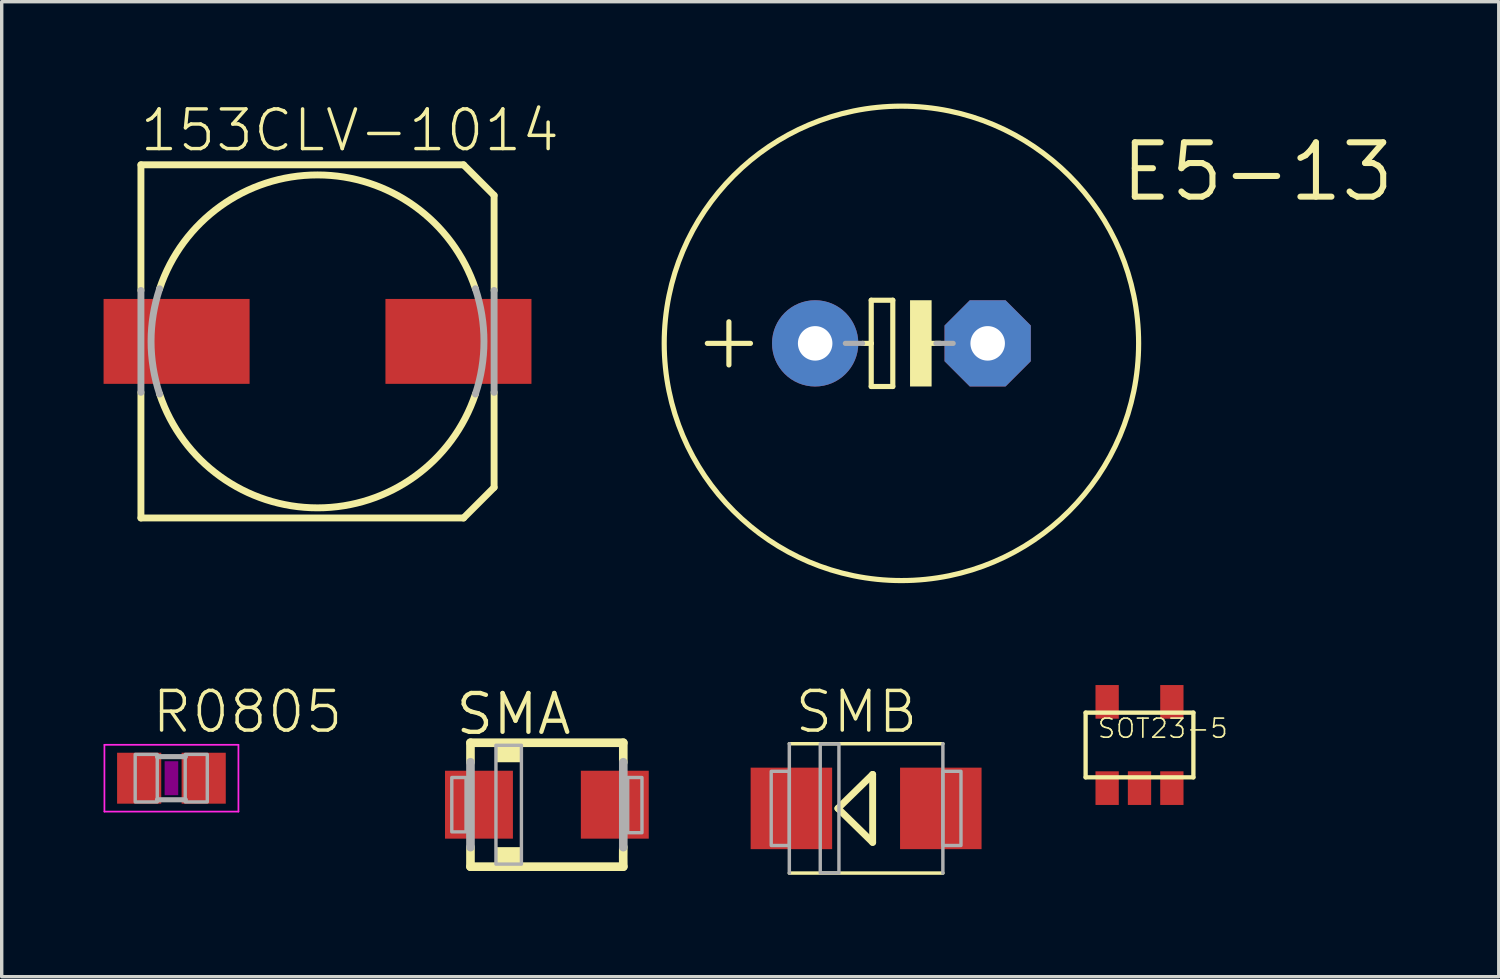
<source format=kicad_pcb>
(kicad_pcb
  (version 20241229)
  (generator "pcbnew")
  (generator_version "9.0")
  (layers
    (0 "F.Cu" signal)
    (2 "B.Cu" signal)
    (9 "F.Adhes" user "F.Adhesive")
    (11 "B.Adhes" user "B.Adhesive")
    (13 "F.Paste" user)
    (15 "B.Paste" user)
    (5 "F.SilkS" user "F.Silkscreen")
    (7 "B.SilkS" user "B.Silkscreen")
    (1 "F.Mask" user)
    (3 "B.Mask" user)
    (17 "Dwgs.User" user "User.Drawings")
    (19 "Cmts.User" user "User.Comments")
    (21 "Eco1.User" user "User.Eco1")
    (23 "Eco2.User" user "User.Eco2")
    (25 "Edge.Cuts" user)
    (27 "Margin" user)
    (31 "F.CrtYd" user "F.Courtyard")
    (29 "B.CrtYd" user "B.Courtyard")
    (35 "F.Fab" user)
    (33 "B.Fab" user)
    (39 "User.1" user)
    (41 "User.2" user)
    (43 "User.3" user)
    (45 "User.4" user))
  (footprint "E5-13"
    (layer "F.Cu")
    (at 23.494 7.061)
    (property "Reference" "E5-13" (at 6.375 -4.115 0) (layer "F.SilkS") (effects (font (size 1.6 1.6) (thickness 0.178)) (justify left bottom)))
    (fp_line (start -5.715 0) (end -4.445 0) (stroke (width 0.152) (type solid)) (layer "F.SilkS"))
    (fp_line (start -5.08 0.635) (end -5.08 -0.635) (stroke (width 0.152) (type solid)) (layer "F.SilkS"))
    (fp_line (start -1.143 0) (end -0.889 0) (stroke (width 0.152) (type solid)) (layer "F.SilkS"))
    (fp_line (start -0.889 -1.27) (end -0.889 0) (stroke (width 0.152) (type solid)) (layer "F.SilkS"))
    (fp_line (start -0.889 0) (end -0.889 1.27) (stroke (width 0.152) (type solid)) (layer "F.SilkS"))
    (fp_line (start -0.889 1.27) (end -0.254 1.27) (stroke (width 0.152) (type solid)) (layer "F.SilkS"))
    (fp_line (start -0.254 -1.27) (end -0.889 -1.27) (stroke (width 0.152) (type solid)) (layer "F.SilkS"))
    (fp_line (start -0.254 1.27) (end -0.254 -1.27) (stroke (width 0.152) (type solid)) (layer "F.SilkS"))
    (fp_line (start 0.635 0) (end 1.143 0) (stroke (width 0.152) (type solid)) (layer "F.SilkS"))
    (fp_circle (center 0 0) (end 6.985 0) (stroke (width 0.152) (type solid)) (fill no) (layer "F.SilkS"))
    (fp_poly (pts (xy 0.254 1.27) (xy 0.889 1.27) (xy 0.889 -1.27) (xy 0.254 -1.27)) (stroke (width 0) (type default)) (fill yes) (layer "F.SilkS"))
    (fp_line (start -1.651 0) (end -1.143 0) (stroke (width 0.152) (type solid)) (layer "F.Fab"))
    (fp_line (start 1.016 0) (end 1.524 0) (stroke (width 0.152) (type solid)) (layer "F.Fab"))
    (pad "+" thru_hole circle (at -2.54 0) (size 2.54 2.54) (drill 1.016) (layers "*.Cu" "*.Mask"))
    (pad "-" thru_hole roundrect (at 2.54 0) (size 2.54 2.54) (drill 1.016) (layers "*.Cu" "*.Mask") (roundrect_rratio 0.25) (chamfer_ratio 0.293) (chamfer top_left top_right bottom_left bottom_right)))
  (footprint "R0805"
    (layer "F.Cu")
    (at 1.998 19.866)
    (property "Reference" "R0805" (at -0.635 -1.27 0) (layer "F.SilkS") (effects (font (size 1.168 1.168) (thickness 0.102)) (justify left bottom)))
    (fp_poly (pts (xy -0.2 0.5) (xy 0.2 0.5) (xy 0.2 -0.5) (xy -0.2 -0.5)) (stroke (width 0) (type default)) (fill yes) (layer "F.Adhes"))
    (fp_line (start -1.973 -0.983) (end 1.973 -0.983) (stroke (width 0.051) (type solid)) (layer "F.CrtYd"))
    (fp_line (start -1.973 0.983) (end -1.973 -0.983) (stroke (width 0.051) (type solid)) (layer "F.CrtYd"))
    (fp_line (start 1.973 -0.983) (end 1.973 0.983) (stroke (width 0.051) (type solid)) (layer "F.CrtYd"))
    (fp_line (start 1.973 0.983) (end -1.973 0.983) (stroke (width 0.051) (type solid)) (layer "F.CrtYd"))
    (fp_line (start -0.41 -0.635) (end 0.41 -0.635) (stroke (width 0.152) (type solid)) (layer "F.Fab"))
    (fp_line (start -0.41 0.635) (end 0.41 0.635) (stroke (width 0.152) (type solid)) (layer "F.Fab"))
    (fp_poly (pts (xy -1.067 0.699) (xy -0.417 0.699) (xy -0.417 -0.702) (xy -1.067 -0.702)) (stroke (width 0.1) (type default)) (fill no) (layer "F.Fab"))
    (fp_poly (pts (xy 0.406 0.699) (xy 1.056 0.699) (xy 1.056 -0.702) (xy 0.406 -0.702)) (stroke (width 0.1) (type default)) (fill no) (layer "F.Fab"))
    (pad "1" smd rect (at -0.95 0) (size 1.3 1.5) (layers "F.Cu" "F.Mask" "F.Paste"))
    (pad "2" smd rect (at 0.95 0) (size 1.3 1.5) (layers "F.Cu" "F.Mask" "F.Paste")))
  (footprint "SMA"
    (layer "F.Cu")
    (at 13.054 20.646)
    (property "Reference" "SMA" (at -2.75 -2 0) (layer "F.SilkS") (effects (font (size 1.143 1.143) (thickness 0.127)) (justify left bottom)))
    (fp_line (start -2.25 -1.825) (end -2.25 -1.25) (stroke (width 0.254) (type solid)) (layer "F.SilkS"))
    (fp_line (start -2.25 -1.825) (end 2.25 -1.825) (stroke (width 0.254) (type solid)) (layer "F.SilkS"))
    (fp_line (start -2.25 1.825) (end -2.25 1.25) (stroke (width 0.254) (type solid)) (layer "F.SilkS"))
    (fp_line (start 2.25 -1.825) (end 2.25 -1.25) (stroke (width 0.254) (type solid)) (layer "F.SilkS"))
    (fp_line (start 2.25 1.825) (end -2.25 1.825) (stroke (width 0.254) (type solid)) (layer "F.SilkS"))
    (fp_arc (start 2.25 1.825) (mid 2.247611 1.5375) (end 2.25 1.25) (stroke (width 0.254) (type solid)) (layer "F.SilkS"))
    (fp_poly (pts (xy -1.5 -1.25) (xy -0.75 -1.25) (xy -0.75 -1.75) (xy -1.5 -1.75)) (stroke (width 0) (type default)) (fill yes) (layer "F.SilkS"))
    (fp_poly (pts (xy -1.5 1.75) (xy -0.75 1.75) (xy -0.75 1.25) (xy -1.5 1.25)) (stroke (width 0) (type default)) (fill yes) (layer "F.SilkS"))
    (fp_line (start -2.25 1.25) (end -2.25 -1.25) (stroke (width 0.254) (type solid)) (layer "F.Fab"))
    (fp_line (start 2.25 -1.25) (end 2.25 1.25) (stroke (width 0.254) (type solid)) (layer "F.Fab"))
    (fp_poly (pts (xy -2.8 0.8) (xy -2.38 0.8) (xy -2.38 -0.8) (xy -2.8 -0.8)) (stroke (width 0.1) (type default)) (fill no) (layer "F.Fab"))
    (fp_poly (pts (xy -1.5 1.75) (xy -0.75 1.75) (xy -0.75 -1.75) (xy -1.5 -1.75)) (stroke (width 0.1) (type default)) (fill no) (layer "F.Fab"))
    (fp_poly (pts (xy 2.38 0.825) (xy 2.8 0.825) (xy 2.8 -0.8) (xy 2.38 -0.8)) (stroke (width 0.1) (type default)) (fill no) (layer "F.Fab"))
    (pad "A" smd rect (at 2 0) (size 2 2) (layers "F.Cu" "F.Mask" "F.Paste"))
    (pad "C" smd rect (at -2 0) (size 2 2) (layers "F.Cu" "F.Mask" "F.Paste")))
  (footprint "SMB"
    (layer "F.Cu")
    (at 22.454 20.755)
    (property "Reference" "SMB" (at -2.159 -2.159 0) (layer "F.SilkS") (effects (font (size 1.168 1.168) (thickness 0.102)) (justify left bottom)))
    (fp_line (start -2.261 -1.905) (end 2.261 -1.905) (stroke (width 0.102) (type solid)) (layer "F.SilkS"))
    (fp_line (start -2.261 1.905) (end 2.261 1.905) (stroke (width 0.102) (type solid)) (layer "F.SilkS"))
    (fp_line (start -0.83 0) (end 0.193 1) (stroke (width 0.203) (type solid)) (layer "F.SilkS"))
    (fp_line (start 0.193 -1) (end -0.83 0) (stroke (width 0.203) (type solid)) (layer "F.SilkS"))
    (fp_line (start 0.193 1) (end 0.193 -1) (stroke (width 0.203) (type solid)) (layer "F.SilkS"))
    (fp_line (start -2.261 1.905) (end -2.261 -1.905) (stroke (width 0.102) (type solid)) (layer "F.Fab"))
    (fp_line (start 2.261 1.905) (end 2.261 -1.905) (stroke (width 0.102) (type solid)) (layer "F.Fab"))
    (fp_poly (pts (xy -2.794 1.092) (xy -2.261 1.092) (xy -2.261 -1.092) (xy -2.794 -1.092)) (stroke (width 0.1) (type default)) (fill no) (layer "F.Fab"))
    (fp_poly (pts (xy -1.35 1.9) (xy -0.8 1.9) (xy -0.8 -1.9) (xy -1.35 -1.9)) (stroke (width 0.1) (type default)) (fill no) (layer "F.Fab"))
    (fp_poly (pts (xy 2.261 1.092) (xy 2.794 1.092) (xy 2.794 -1.092) (xy 2.261 -1.092)) (stroke (width 0.1) (type default)) (fill no) (layer "F.Fab"))
    (pad "A" smd rect (at 2.2 0) (size 2.4 2.4) (layers "F.Cu" "F.Mask" "F.Paste"))
    (pad "C" smd rect (at -2.2 0) (size 2.4 2.4) (layers "F.Cu" "F.Mask" "F.Paste")))
  (footprint "153CLV-1014"
    (layer "F.Cu")
    (at 6.3 7.003)
    (property "Reference" "153CLV-1014" (at -5.29 -5.53 0) (layer "F.SilkS") (effects (font (size 1.168 1.168) (thickness 0.102)) (justify left bottom)))
    (fp_line (start -5.2 -5.2) (end 4.3 -5.2) (stroke (width 0.203) (type solid)) (layer "F.SilkS"))
    (fp_line (start -5.2 -1.5) (end -5.2 -5.2) (stroke (width 0.203) (type solid)) (layer "F.SilkS"))
    (fp_line (start -5.2 5.2) (end -5.2 1.5) (stroke (width 0.203) (type solid)) (layer "F.SilkS"))
    (fp_line (start 4.3 -5.2) (end 5.2 -4.3) (stroke (width 0.203) (type solid)) (layer "F.SilkS"))
    (fp_line (start 4.3 5.2) (end -5.2 5.2) (stroke (width 0.203) (type solid)) (layer "F.SilkS"))
    (fp_line (start 5.2 -4.3) (end 5.2 -1.5) (stroke (width 0.203) (type solid)) (layer "F.SilkS"))
    (fp_line (start 5.2 1.5) (end 5.2 4.3) (stroke (width 0.203) (type solid)) (layer "F.SilkS"))
    (fp_line (start 5.2 4.3) (end 4.3 5.2) (stroke (width 0.203) (type solid)) (layer "F.SilkS"))
    (fp_arc (start -4.65 -1.55) (mid 0 -4.90153) (end 4.65 -1.55) (stroke (width 0.2032) (type solid)) (layer "F.SilkS"))
    (fp_arc (start 4.65 1.55) (mid 0 4.90153) (end -4.65 1.55) (stroke (width 0.2032) (type solid)) (layer "F.SilkS"))
    (fp_line (start -5.2 1.5) (end -5.2 -1.5) (stroke (width 0.203) (type solid)) (layer "F.Fab"))
    (fp_line (start 5.2 -1.5) (end 5.2 1.5) (stroke (width 0.203) (type solid)) (layer "F.Fab"))
    (fp_arc (start -4.65 1.55) (mid -4.90153 0) (end -4.65 -1.55) (stroke (width 0.2032) (type solid)) (layer "F.Fab"))
    (fp_arc (start 4.65 -1.55) (mid 4.90153 0) (end 4.65 1.55) (stroke (width 0.2032) (type solid)) (layer "F.Fab"))
    (pad "+" smd rect (at 4.15 0) (size 4.3 2.5) (layers "F.Cu" "F.Mask" "F.Paste"))
    (pad "-" smd rect (at -4.15 0) (size 4.3 2.5) (layers "F.Cu" "F.Mask" "F.Paste")))
  (footprint "SOT23-5"
    (layer "F.Cu")
    (at 30.505 20.158)
    (property "Reference" "SOT23-5" (at -1.27 -1.429 0) (layer "F.SilkS") (effects (font (size 0.561 0.561) (thickness 0.049)) (justify left bottom)))
    (fp_line (start -1.587 -2.223) (end 1.587 -2.223) (stroke (width 0.127) (type solid)) (layer "F.SilkS"))
    (fp_line (start -1.587 -0.318) (end -1.587 -2.223) (stroke (width 0.127) (type solid)) (layer "F.SilkS"))
    (fp_line (start 1.587 -2.223) (end 1.587 -0.318) (stroke (width 0.127) (type solid)) (layer "F.SilkS"))
    (fp_line (start 1.587 -0.318) (end -1.587 -0.318) (stroke (width 0.127) (type solid)) (layer "F.SilkS"))
    (pad "1" smd rect (at -0.953 0) (size 0.686 0.991) (layers "F.Cu" "F.Mask" "F.Paste"))
    (pad "2" smd rect (at 0 0) (size 0.686 0.991) (layers "F.Cu" "F.Mask" "F.Paste"))
    (pad "3" smd rect (at 0.953 0) (size 0.686 0.991) (layers "F.Cu" "F.Mask" "F.Paste"))
    (pad "4" smd rect (at 0.953 -2.54) (size 0.686 0.991) (layers "F.Cu" "F.Mask" "F.Paste"))
    (pad "5" smd rect (at -0.953 -2.54) (size 0.686 0.991) (layers "F.Cu" "F.Mask" "F.Paste")))
  (gr_rect
    (start -3 -3)
    (end 41.084 25.71)
    (stroke (width 0.1) (type default))
    (fill no)
    (layer "Edge.Cuts")))
</source>
